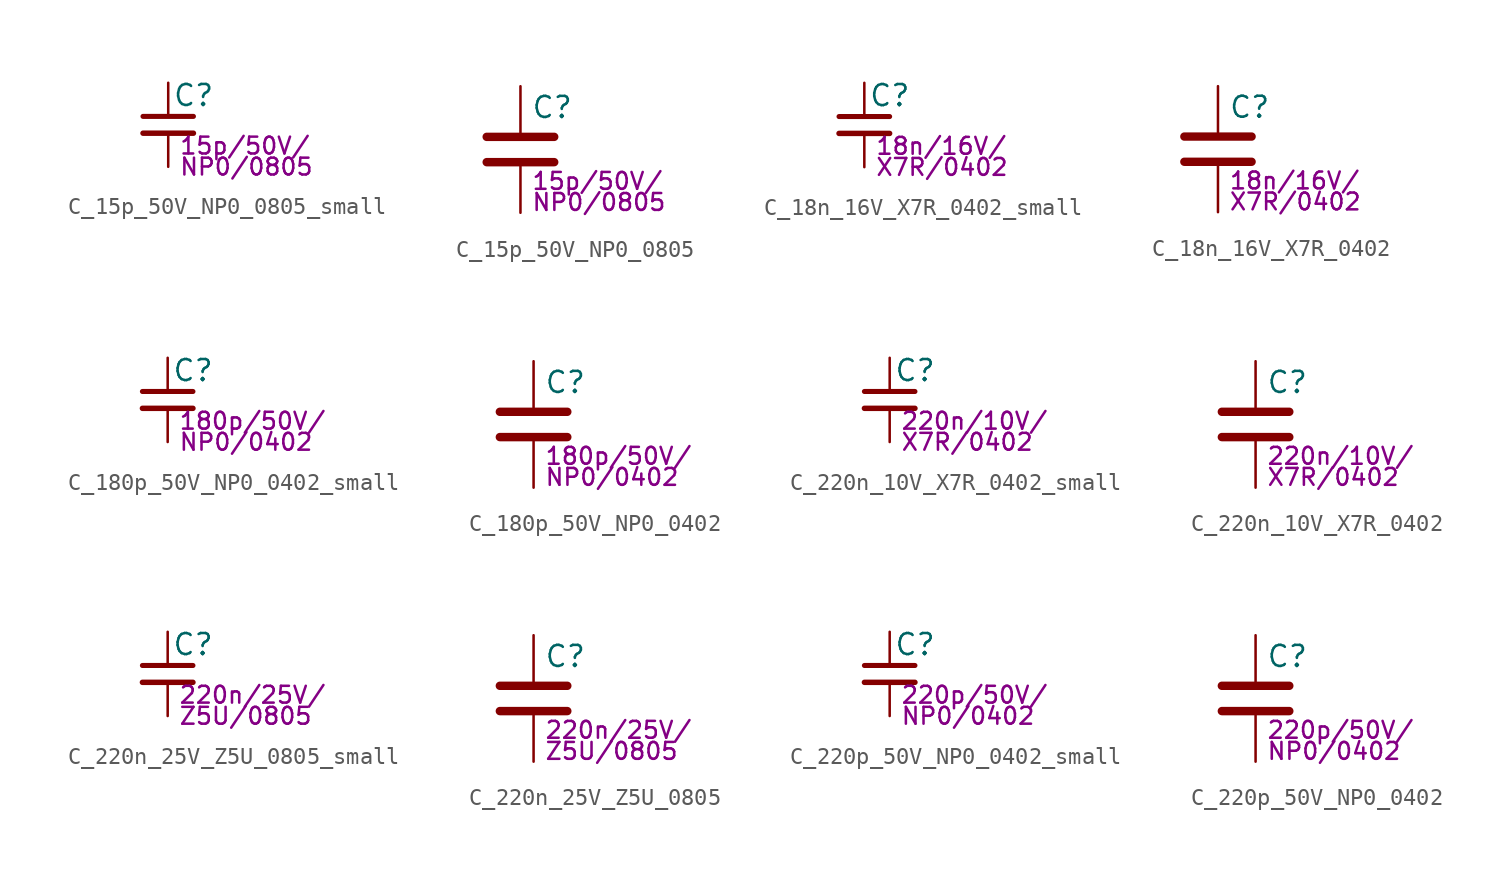
<source format=kicad_sym>
(kicad_symbol_lib
  (version 20211014)
  (generator kicad_symbol_editor)
  (symbol "C_15p_50V_NP0_0805_small"
    (pin_numbers hide)
    (pin_names
      (offset 0.254) hide)
    (property "Reference" "C"
      (at 0.254 1.778 0)
      (effects (font (size 1.27 1.27)) (justify left)))
    (property "Params" "15p/50V/"
      (at 0.635 -1.27 0)
      (effects (font (size 1.016 1.016)) (justify left)))
    (property "Params2" "NP0/0805"
      (at 0.635 -2.54 0)
      (effects (font (size 1.016 1.016)) (justify left)))
    (symbol "C_15p_50V_NP0_0805_small_0_1"
      (polyline (pts (xy -1.524 -0.508) (xy 1.524 -0.508)) (stroke (width 0.33) (type default) (color 0 0 0 0)) (fill (type none)))
      (polyline (pts (xy -1.524 0.508) (xy 1.524 0.508)) (stroke (width 0.305) (type default) (color 0 0 0 0)) (fill (type none))))
    (symbol "C_15p_50V_NP0_0805_small_1_1"
      (pin passive line (at 0 2.54 270) (length 2.032) (name "~" (effects (font (size 1.27 1.27)))) (number "1" (effects (font (size 1.27 1.27)))))
      (pin passive line (at 0 -2.54 90) (length 2.032) (name "~" (effects (font (size 1.27 1.27)))) (number "2" (effects (font (size 1.27 1.27)))))))
  (symbol "C_15p_50V_NP0_0805"
    (pin_numbers hide)
    (pin_names
      (offset 0.254))
    (property "Reference" "C"
      (at 0.635 2.54 0)
      (effects (font (size 1.27 1.27)) (justify left)))
    (property "Params" "15p/50V/"
      (at 0.635 -1.905 0)
      (effects (font (size 1.016 1.016)) (justify left)))
    (property "Params2" "NP0/0805"
      (at 0.635 -3.175 0)
      (effects (font (size 1.016 1.016)) (justify left)))
    (symbol "C_15p_50V_NP0_0805_0_1"
      (polyline (pts (xy -2.032 -0.762) (xy 2.032 -0.762)) (stroke (width 0.508) (type default) (color 0 0 0 0)) (fill (type none)))
      (polyline (pts (xy -2.032 0.762) (xy 2.032 0.762)) (stroke (width 0.508) (type default) (color 0 0 0 0)) (fill (type none))))
    (symbol "C_15p_50V_NP0_0805_1_1"
      (pin passive line (at 0 3.81 270) (length 2.794) (name "~" (effects (font (size 1.27 1.27)))) (number "1" (effects (font (size 1.27 1.27)))))
      (pin passive line (at 0 -3.81 90) (length 2.794) (name "~" (effects (font (size 1.27 1.27)))) (number "2" (effects (font (size 1.27 1.27)))))))
  (symbol "C_18n_16V_X7R_0402_small"
    (pin_numbers hide)
    (pin_names
      (offset 0.254) hide)
    (property "Reference" "C"
      (at 0.254 1.778 0)
      (effects (font (size 1.27 1.27)) (justify left)))
    (property "Params" "18n/16V/"
      (at 0.635 -1.27 0)
      (effects (font (size 1.016 1.016)) (justify left)))
    (property "Params2" "X7R/0402"
      (at 0.635 -2.54 0)
      (effects (font (size 1.016 1.016)) (justify left)))
    (symbol "C_18n_16V_X7R_0402_small_0_1"
      (polyline (pts (xy -1.524 -0.508) (xy 1.524 -0.508)) (stroke (width 0.33) (type default) (color 0 0 0 0)) (fill (type none)))
      (polyline (pts (xy -1.524 0.508) (xy 1.524 0.508)) (stroke (width 0.305) (type default) (color 0 0 0 0)) (fill (type none))))
    (symbol "C_18n_16V_X7R_0402_small_1_1"
      (pin passive line (at 0 2.54 270) (length 2.032) (name "~" (effects (font (size 1.27 1.27)))) (number "1" (effects (font (size 1.27 1.27)))))
      (pin passive line (at 0 -2.54 90) (length 2.032) (name "~" (effects (font (size 1.27 1.27)))) (number "2" (effects (font (size 1.27 1.27)))))))
  (symbol "C_18n_16V_X7R_0402"
    (pin_numbers hide)
    (pin_names
      (offset 0.254))
    (property "Reference" "C"
      (at 0.635 2.54 0)
      (effects (font (size 1.27 1.27)) (justify left)))
    (property "Params" "18n/16V/"
      (at 0.635 -1.905 0)
      (effects (font (size 1.016 1.016)) (justify left)))
    (property "Params2" "X7R/0402"
      (at 0.635 -3.175 0)
      (effects (font (size 1.016 1.016)) (justify left)))
    (symbol "C_18n_16V_X7R_0402_0_1"
      (polyline (pts (xy -2.032 -0.762) (xy 2.032 -0.762)) (stroke (width 0.508) (type default) (color 0 0 0 0)) (fill (type none)))
      (polyline (pts (xy -2.032 0.762) (xy 2.032 0.762)) (stroke (width 0.508) (type default) (color 0 0 0 0)) (fill (type none))))
    (symbol "C_18n_16V_X7R_0402_1_1"
      (pin passive line (at 0 3.81 270) (length 2.794) (name "~" (effects (font (size 1.27 1.27)))) (number "1" (effects (font (size 1.27 1.27)))))
      (pin passive line (at 0 -3.81 90) (length 2.794) (name "~" (effects (font (size 1.27 1.27)))) (number "2" (effects (font (size 1.27 1.27)))))))
  (symbol "C_180p_50V_NP0_0402_small"
    (pin_numbers hide)
    (pin_names
      (offset 0.254) hide)
    (property "Reference" "C"
      (at 0.254 1.778 0)
      (effects (font (size 1.27 1.27)) (justify left)))
    (property "Params" "180p/50V/"
      (at 0.635 -1.27 0)
      (effects (font (size 1.016 1.016)) (justify left)))
    (property "Params2" "NP0/0402"
      (at 0.635 -2.54 0)
      (effects (font (size 1.016 1.016)) (justify left)))
    (symbol "C_180p_50V_NP0_0402_small_0_1"
      (polyline (pts (xy -1.524 -0.508) (xy 1.524 -0.508)) (stroke (width 0.33) (type default) (color 0 0 0 0)) (fill (type none)))
      (polyline (pts (xy -1.524 0.508) (xy 1.524 0.508)) (stroke (width 0.305) (type default) (color 0 0 0 0)) (fill (type none))))
    (symbol "C_180p_50V_NP0_0402_small_1_1"
      (pin passive line (at 0 2.54 270) (length 2.032) (name "~" (effects (font (size 1.27 1.27)))) (number "1" (effects (font (size 1.27 1.27)))))
      (pin passive line (at 0 -2.54 90) (length 2.032) (name "~" (effects (font (size 1.27 1.27)))) (number "2" (effects (font (size 1.27 1.27)))))))
  (symbol "C_180p_50V_NP0_0402"
    (pin_numbers hide)
    (pin_names
      (offset 0.254))
    (property "Reference" "C"
      (at 0.635 2.54 0)
      (effects (font (size 1.27 1.27)) (justify left)))
    (property "Params" "180p/50V/"
      (at 0.635 -1.905 0)
      (effects (font (size 1.016 1.016)) (justify left)))
    (property "Params2" "NP0/0402"
      (at 0.635 -3.175 0)
      (effects (font (size 1.016 1.016)) (justify left)))
    (symbol "C_180p_50V_NP0_0402_0_1"
      (polyline (pts (xy -2.032 -0.762) (xy 2.032 -0.762)) (stroke (width 0.508) (type default) (color 0 0 0 0)) (fill (type none)))
      (polyline (pts (xy -2.032 0.762) (xy 2.032 0.762)) (stroke (width 0.508) (type default) (color 0 0 0 0)) (fill (type none))))
    (symbol "C_180p_50V_NP0_0402_1_1"
      (pin passive line (at 0 3.81 270) (length 2.794) (name "~" (effects (font (size 1.27 1.27)))) (number "1" (effects (font (size 1.27 1.27)))))
      (pin passive line (at 0 -3.81 90) (length 2.794) (name "~" (effects (font (size 1.27 1.27)))) (number "2" (effects (font (size 1.27 1.27)))))))
  (symbol "C_220n_10V_X7R_0402_small"
    (pin_numbers hide)
    (pin_names
      (offset 0.254) hide)
    (property "Reference" "C"
      (at 0.254 1.778 0)
      (effects (font (size 1.27 1.27)) (justify left)))
    (property "Params" "220n/10V/"
      (at 0.635 -1.27 0)
      (effects (font (size 1.016 1.016)) (justify left)))
    (property "Params2" "X7R/0402"
      (at 0.635 -2.54 0)
      (effects (font (size 1.016 1.016)) (justify left)))
    (symbol "C_220n_10V_X7R_0402_small_0_1"
      (polyline (pts (xy -1.524 -0.508) (xy 1.524 -0.508)) (stroke (width 0.33) (type default) (color 0 0 0 0)) (fill (type none)))
      (polyline (pts (xy -1.524 0.508) (xy 1.524 0.508)) (stroke (width 0.305) (type default) (color 0 0 0 0)) (fill (type none))))
    (symbol "C_220n_10V_X7R_0402_small_1_1"
      (pin passive line (at 0 2.54 270) (length 2.032) (name "~" (effects (font (size 1.27 1.27)))) (number "1" (effects (font (size 1.27 1.27)))))
      (pin passive line (at 0 -2.54 90) (length 2.032) (name "~" (effects (font (size 1.27 1.27)))) (number "2" (effects (font (size 1.27 1.27)))))))
  (symbol "C_220n_10V_X7R_0402"
    (pin_numbers hide)
    (pin_names
      (offset 0.254))
    (property "Reference" "C"
      (at 0.635 2.54 0)
      (effects (font (size 1.27 1.27)) (justify left)))
    (property "Params" "220n/10V/"
      (at 0.635 -1.905 0)
      (effects (font (size 1.016 1.016)) (justify left)))
    (property "Params2" "X7R/0402"
      (at 0.635 -3.175 0)
      (effects (font (size 1.016 1.016)) (justify left)))
    (symbol "C_220n_10V_X7R_0402_0_1"
      (polyline (pts (xy -2.032 -0.762) (xy 2.032 -0.762)) (stroke (width 0.508) (type default) (color 0 0 0 0)) (fill (type none)))
      (polyline (pts (xy -2.032 0.762) (xy 2.032 0.762)) (stroke (width 0.508) (type default) (color 0 0 0 0)) (fill (type none))))
    (symbol "C_220n_10V_X7R_0402_1_1"
      (pin passive line (at 0 3.81 270) (length 2.794) (name "~" (effects (font (size 1.27 1.27)))) (number "1" (effects (font (size 1.27 1.27)))))
      (pin passive line (at 0 -3.81 90) (length 2.794) (name "~" (effects (font (size 1.27 1.27)))) (number "2" (effects (font (size 1.27 1.27)))))))
  (symbol "C_220n_25V_Z5U_0805_small"
    (pin_numbers hide)
    (pin_names
      (offset 0.254) hide)
    (property "Reference" "C"
      (at 0.254 1.778 0)
      (effects (font (size 1.27 1.27)) (justify left)))
    (property "Params" "220n/25V/"
      (at 0.635 -1.27 0)
      (effects (font (size 1.016 1.016)) (justify left)))
    (property "Params2" "Z5U/0805"
      (at 0.635 -2.54 0)
      (effects (font (size 1.016 1.016)) (justify left)))
    (symbol "C_220n_25V_Z5U_0805_small_0_1"
      (polyline (pts (xy -1.524 -0.508) (xy 1.524 -0.508)) (stroke (width 0.33) (type default) (color 0 0 0 0)) (fill (type none)))
      (polyline (pts (xy -1.524 0.508) (xy 1.524 0.508)) (stroke (width 0.305) (type default) (color 0 0 0 0)) (fill (type none))))
    (symbol "C_220n_25V_Z5U_0805_small_1_1"
      (pin passive line (at 0 2.54 270) (length 2.032) (name "~" (effects (font (size 1.27 1.27)))) (number "1" (effects (font (size 1.27 1.27)))))
      (pin passive line (at 0 -2.54 90) (length 2.032) (name "~" (effects (font (size 1.27 1.27)))) (number "2" (effects (font (size 1.27 1.27)))))))
  (symbol "C_220n_25V_Z5U_0805"
    (pin_numbers hide)
    (pin_names
      (offset 0.254))
    (property "Reference" "C"
      (at 0.635 2.54 0)
      (effects (font (size 1.27 1.27)) (justify left)))
    (property "Params" "220n/25V/"
      (at 0.635 -1.905 0)
      (effects (font (size 1.016 1.016)) (justify left)))
    (property "Params2" "Z5U/0805"
      (at 0.635 -3.175 0)
      (effects (font (size 1.016 1.016)) (justify left)))
    (symbol "C_220n_25V_Z5U_0805_0_1"
      (polyline (pts (xy -2.032 -0.762) (xy 2.032 -0.762)) (stroke (width 0.508) (type default) (color 0 0 0 0)) (fill (type none)))
      (polyline (pts (xy -2.032 0.762) (xy 2.032 0.762)) (stroke (width 0.508) (type default) (color 0 0 0 0)) (fill (type none))))
    (symbol "C_220n_25V_Z5U_0805_1_1"
      (pin passive line (at 0 3.81 270) (length 2.794) (name "~" (effects (font (size 1.27 1.27)))) (number "1" (effects (font (size 1.27 1.27)))))
      (pin passive line (at 0 -3.81 90) (length 2.794) (name "~" (effects (font (size 1.27 1.27)))) (number "2" (effects (font (size 1.27 1.27)))))))
  (symbol "C_220p_50V_NP0_0402_small"
    (pin_numbers hide)
    (pin_names
      (offset 0.254) hide)
    (property "Reference" "C"
      (at 0.254 1.778 0)
      (effects (font (size 1.27 1.27)) (justify left)))
    (property "Params" "220p/50V/"
      (at 0.635 -1.27 0)
      (effects (font (size 1.016 1.016)) (justify left)))
    (property "Params2" "NP0/0402"
      (at 0.635 -2.54 0)
      (effects (font (size 1.016 1.016)) (justify left)))
    (symbol "C_220p_50V_NP0_0402_small_0_1"
      (polyline (pts (xy -1.524 -0.508) (xy 1.524 -0.508)) (stroke (width 0.33) (type default) (color 0 0 0 0)) (fill (type none)))
      (polyline (pts (xy -1.524 0.508) (xy 1.524 0.508)) (stroke (width 0.305) (type default) (color 0 0 0 0)) (fill (type none))))
    (symbol "C_220p_50V_NP0_0402_small_1_1"
      (pin passive line (at 0 2.54 270) (length 2.032) (name "~" (effects (font (size 1.27 1.27)))) (number "1" (effects (font (size 1.27 1.27)))))
      (pin passive line (at 0 -2.54 90) (length 2.032) (name "~" (effects (font (size 1.27 1.27)))) (number "2" (effects (font (size 1.27 1.27)))))))
  (symbol "C_220p_50V_NP0_0402"
    (pin_numbers hide)
    (pin_names
      (offset 0.254))
    (property "Reference" "C"
      (at 0.635 2.54 0)
      (effects (font (size 1.27 1.27)) (justify left)))
    (property "Params" "220p/50V/"
      (at 0.635 -1.905 0)
      (effects (font (size 1.016 1.016)) (justify left)))
    (property "Params2" "NP0/0402"
      (at 0.635 -3.175 0)
      (effects (font (size 1.016 1.016)) (justify left)))
    (symbol "C_220p_50V_NP0_0402_0_1"
      (polyline (pts (xy -2.032 -0.762) (xy 2.032 -0.762)) (stroke (width 0.508) (type default) (color 0 0 0 0)) (fill (type none)))
      (polyline (pts (xy -2.032 0.762) (xy 2.032 0.762)) (stroke (width 0.508) (type default) (color 0 0 0 0)) (fill (type none))))
    (symbol "C_220p_50V_NP0_0402_1_1"
      (pin passive line (at 0 3.81 270) (length 2.794) (name "~" (effects (font (size 1.27 1.27)))) (number "1" (effects (font (size 1.27 1.27)))))
      (pin passive line (at 0 -3.81 90) (length 2.794) (name "~" (effects (font (size 1.27 1.27)))) (number "2" (effects (font (size 1.27 1.27))))))))
</source>
